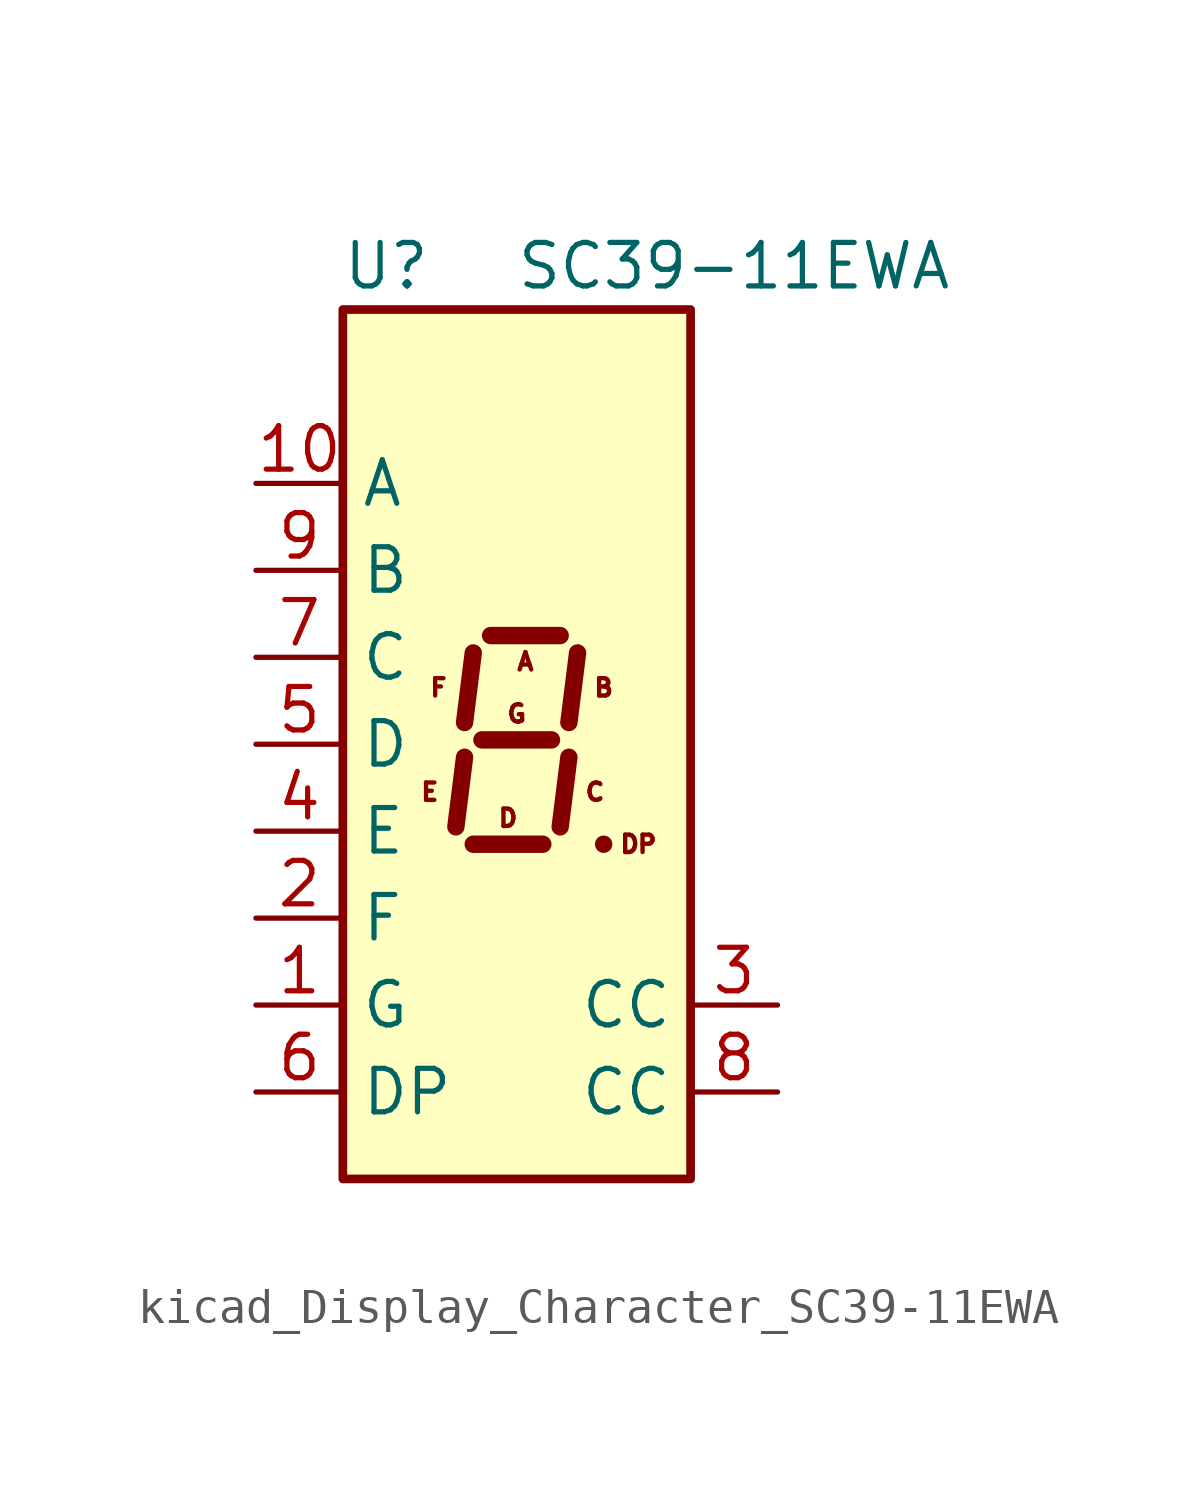
<source format=kicad_sym>
(kicad_symbol_lib
  (version 20220914)
  (generator kicad_symbol_editor)
  (symbol "kicad_Display_Character_SC39-11EWA"
    (property "Reference" "U"
      (at -3.81 13.97 0)
      (effects (font (size 1.27 1.27))))
    (property "Value" "SC39-11EWA"
      (at 6.35 13.97 0)
      (effects (font (size 1.27 1.27))))
    (symbol "kicad_Display_Character_SC39-11EWA_1_0"
      (text "A" (at 0.254 2.413 0) (effects (font (size 0.508 0.508))))
      (text "B" (at 2.54 1.651 0) (effects (font (size 0.508 0.508))))
      (text "C" (at 2.286 -1.397 0) (effects (font (size 0.508 0.508))))
      (text "D" (at -0.254 -2.159 0) (effects (font (size 0.508 0.508))))
      (text "DP" (at 3.556 -2.921 0) (effects (font (size 0.508 0.508))))
      (text "E" (at -2.54 -1.397 0) (effects (font (size 0.508 0.508))))
      (text "F" (at -2.286 1.651 0) (effects (font (size 0.508 0.508))))
      (text "G" (at 0 0.889 0) (effects (font (size 0.508 0.508)))))
    (symbol "kicad_Display_Character_SC39-11EWA_1_1"
      (rectangle (start -5.08 12.7) (end 5.08 -12.7) (stroke (width 0.254) (type default)) (fill (type background)))
      (polyline (pts (xy -1.524 -0.381) (xy -1.778 -2.413)) (stroke (width 0.508) (type default)) (fill (type none)))
      (polyline (pts (xy -1.27 -2.921) (xy 0.762 -2.921)) (stroke (width 0.508) (type default)) (fill (type none)))
      (polyline (pts (xy -1.27 2.667) (xy -1.524 0.635)) (stroke (width 0.508) (type default)) (fill (type none)))
      (polyline (pts (xy -1.016 0.127) (xy 1.016 0.127)) (stroke (width 0.508) (type default)) (fill (type none)))
      (polyline (pts (xy -0.762 3.175) (xy 1.27 3.175)) (stroke (width 0.508) (type default)) (fill (type none)))
      (polyline (pts (xy 1.524 -0.381) (xy 1.27 -2.413)) (stroke (width 0.508) (type default)) (fill (type none)))
      (polyline (pts (xy 1.778 2.667) (xy 1.524 0.635)) (stroke (width 0.508) (type default)) (fill (type none)))
      (polyline (pts (xy 2.54 -2.921) (xy 2.54 -2.921)) (stroke (width 0.508) (type default)) (fill (type none)))
      (pin input line (at -7.62 -7.62 0) (length 2.54) (name "G" (effects (font (size 1.27 1.27)))) (number "1" (effects (font (size 1.27 1.27)))))
      (pin input line (at -7.62 7.62 0) (length 2.54) (name "A" (effects (font (size 1.27 1.27)))) (number "10" (effects (font (size 1.27 1.27)))))
      (pin input line (at -7.62 -5.08 0) (length 2.54) (name "F" (effects (font (size 1.27 1.27)))) (number "2" (effects (font (size 1.27 1.27)))))
      (pin input line (at 7.62 -7.62 180) (length 2.54) (name "CC" (effects (font (size 1.27 1.27)))) (number "3" (effects (font (size 1.27 1.27)))))
      (pin input line (at -7.62 -2.54 0) (length 2.54) (name "E" (effects (font (size 1.27 1.27)))) (number "4" (effects (font (size 1.27 1.27)))))
      (pin input line (at -7.62 0 0) (length 2.54) (name "D" (effects (font (size 1.27 1.27)))) (number "5" (effects (font (size 1.27 1.27)))))
      (pin input line (at -7.62 -10.16 0) (length 2.54) (name "DP" (effects (font (size 1.27 1.27)))) (number "6" (effects (font (size 1.27 1.27)))))
      (pin input line (at -7.62 2.54 0) (length 2.54) (name "C" (effects (font (size 1.27 1.27)))) (number "7" (effects (font (size 1.27 1.27)))))
      (pin input line (at 7.62 -10.16 180) (length 2.54) (name "CC" (effects (font (size 1.27 1.27)))) (number "8" (effects (font (size 1.27 1.27)))))
      (pin input line (at -7.62 5.08 0) (length 2.54) (name "B" (effects (font (size 1.27 1.27)))) (number "9" (effects (font (size 1.27 1.27))))))))
</source>
